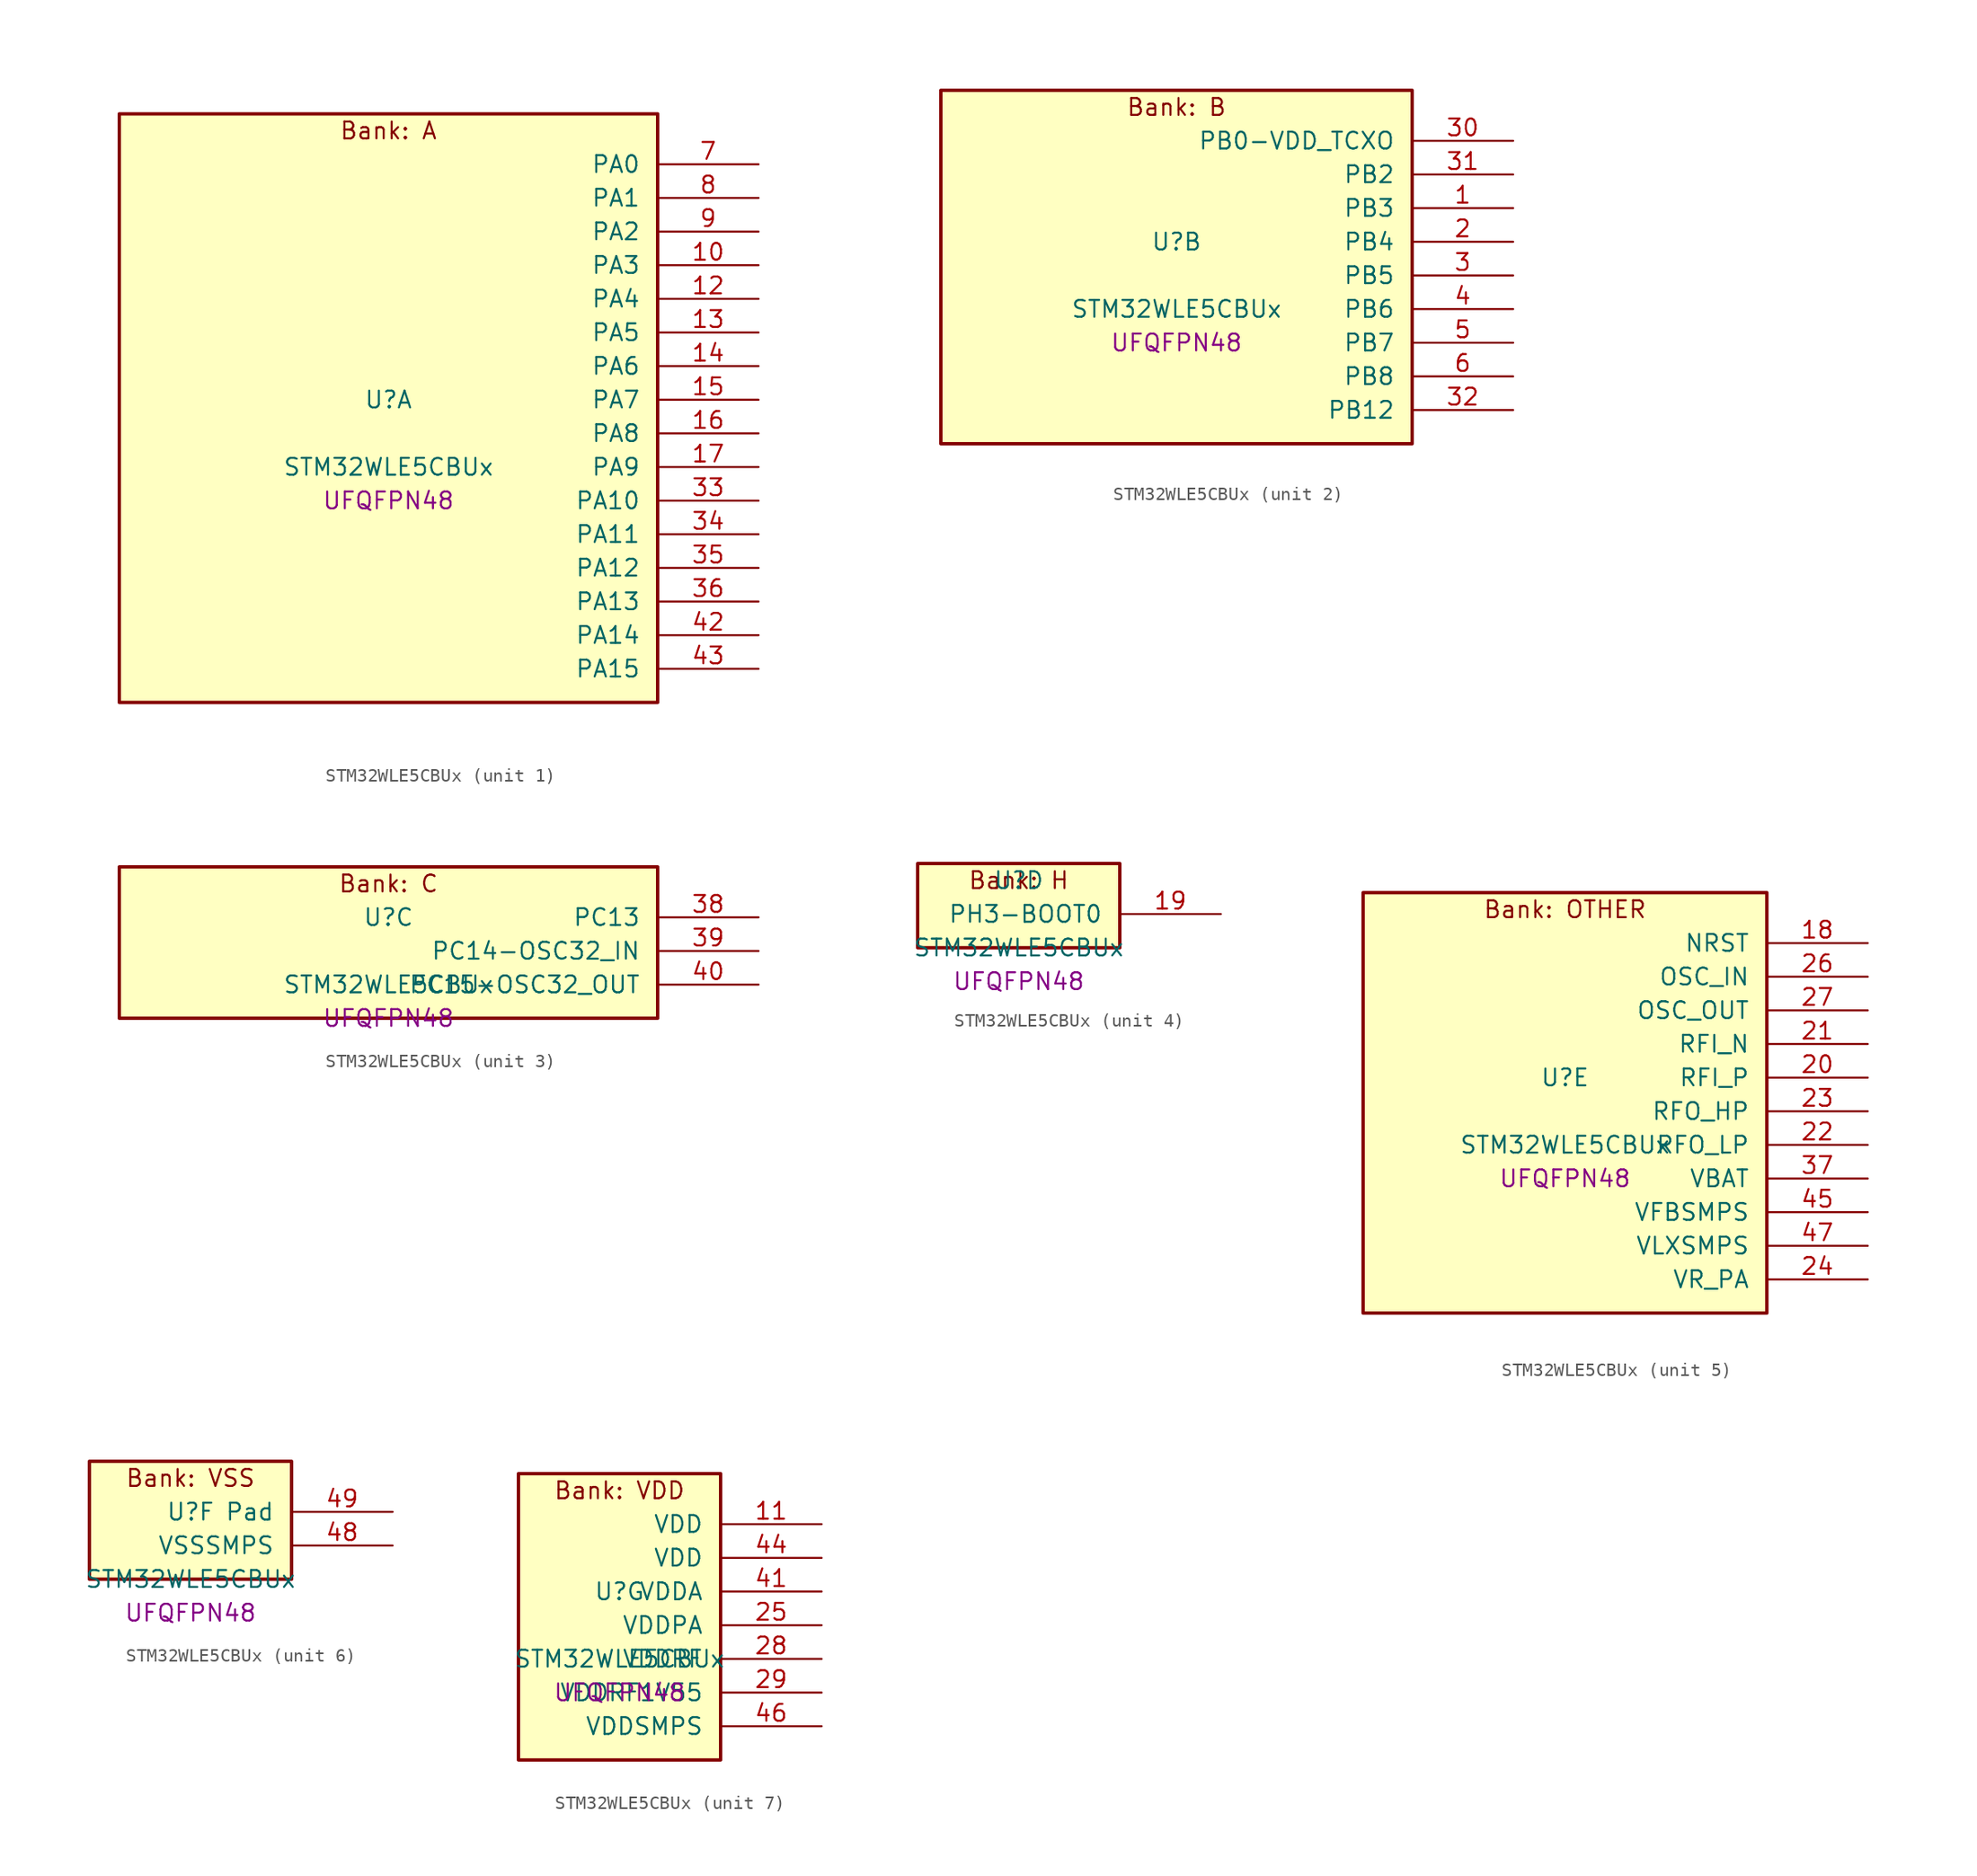
<source format=kicad_sym>
(kicad_symbol_lib
  (version 20241209)
  (generator "stm32_pkl_generator")
  (generator_version "1.0")
  (symbol "STM32WLE5CBUx"
    (pin_names
      (offset 1.27))
    (property "Reference" "U"
      (at 0 2.54 0))
    (property "Value" "STM32WLE5CBUx"
      (at 0 -2.54 0))
    (property "Footprint" "UFQFPN48"
      (at 0 -5.08 0))
    (symbol "STM32WLE5CBUx_1_1"
      (rectangle (start -20.32 24.13) (end 20.32 -20.32) (stroke (width 0.254) (type solid)) (fill (type background)))
      (text "Bank: A" (at 0 22.86 0))
      (pin bidirectional line (at 27.94 20.32 180) (length 7.62) (name "PA0") (number "7") (alternate "PA0/COMP1_OUT" bidirectional line) (alternate "PA0/DEBUG_PWR-REGLP1S" bidirectional line) (alternate "PA0/I2C3_SMBA" bidirectional line) (alternate "PA0/I2S_CKIN" bidirectional line) (alternate "PA0/PWR_WKUP1" bidirectional line) (alternate "PA0/RTC_TAMP_IN2" bidirectional line) (alternate "PA0/TIM2_CH1" bidirectional line) (alternate "PA0/TIM2_ETR" bidirectional line) (alternate "PA0/USART2_CTS" bidirectional line) (alternate "PA0/USART2_NSS" bidirectional line))
      (pin bidirectional line (at 27.94 17.78 180) (length 7.62) (name "PA1") (number "8") (alternate "PA1/DEBUG_PWR-REGLP2S" bidirectional line) (alternate "PA1/I2C1_SMBA" bidirectional line) (alternate "PA1/LPTIM3_OUT" bidirectional line) (alternate "PA1/LPUART1_RTS" bidirectional line) (alternate "PA1/SPI1_SCK" bidirectional line) (alternate "PA1/TIM2_CH2" bidirectional line) (alternate "PA1/USART2_DE" bidirectional line) (alternate "PA1/USART2_RTS" bidirectional line))
      (pin bidirectional line (at 27.94 15.24 180) (length 7.62) (name "PA2") (number "9") (alternate "PA2/COMP2_OUT" bidirectional line) (alternate "PA2/DEBUG_PWR-LDORDY" bidirectional line) (alternate "PA2/LPUART1_TX" bidirectional line) (alternate "PA2/RCC_LSCO" bidirectional line) (alternate "PA2/TIM2_CH3" bidirectional line) (alternate "PA2/USART2_TX" bidirectional line))
      (pin bidirectional line (at 27.94 12.7 180) (length 7.62) (name "PA3") (number "10") (alternate "PA3/I2S2_MCK" bidirectional line) (alternate "PA3/LPUART1_RX" bidirectional line) (alternate "PA3/TIM2_CH4" bidirectional line) (alternate "PA3/USART2_RX" bidirectional line))
      (pin bidirectional line (at 27.94 10.16 180) (length 7.62) (name "PA4") (number "12") (alternate "PA4/DEBUG_SUBGHZSPI-NSSOUT" bidirectional line) (alternate "PA4/LPTIM1_OUT" bidirectional line) (alternate "PA4/LPTIM2_OUT" bidirectional line) (alternate "PA4/RTC_OUT2" bidirectional line) (alternate "PA4/SPI1_NSS" bidirectional line) (alternate "PA4/USART2_CK" bidirectional line))
      (pin bidirectional line (at 27.94 7.62 180) (length 7.62) (name "PA5") (number "13") (alternate "PA5/DEBUG_SUBGHZSPI-SCKOUT" bidirectional line) (alternate "PA5/LPTIM2_ETR" bidirectional line) (alternate "PA5/SPI1_SCK" bidirectional line) (alternate "PA5/SPI2_MISO" bidirectional line) (alternate "PA5/TIM2_CH1" bidirectional line) (alternate "PA5/TIM2_ETR" bidirectional line))
      (pin bidirectional line (at 27.94 5.08 180) (length 7.62) (name "PA6") (number "14") (alternate "PA6/DEBUG_SUBGHZSPI-MISOOUT" bidirectional line) (alternate "PA6/I2C2_SMBA" bidirectional line) (alternate "PA6/LPUART1_CTS" bidirectional line) (alternate "PA6/SPI1_MISO" bidirectional line) (alternate "PA6/TIM16_CH1" bidirectional line) (alternate "PA6/TIM1_BKIN" bidirectional line))
      (pin bidirectional line (at 27.94 2.54 180) (length 7.62) (name "PA7") (number "15") (alternate "PA7/COMP2_OUT" bidirectional line) (alternate "PA7/DEBUG_SUBGHZSPI-MOSIOUT" bidirectional line) (alternate "PA7/I2C3_SCL" bidirectional line) (alternate "PA7/SPI1_MOSI" bidirectional line) (alternate "PA7/TIM17_CH1" bidirectional line) (alternate "PA7/TIM1_CH1N" bidirectional line))
      (pin bidirectional line (at 27.94 0 180) (length 7.62) (name "PA8") (number "16") (alternate "PA8/I2S2_CK" bidirectional line) (alternate "PA8/LPTIM2_OUT" bidirectional line) (alternate "PA8/RCC_MCO" bidirectional line) (alternate "PA8/SPI2_SCK" bidirectional line) (alternate "PA8/TIM1_CH1" bidirectional line) (alternate "PA8/USART1_CK" bidirectional line))
      (pin bidirectional line (at 27.94 -2.54 180) (length 7.62) (name "PA9") (number "17") (alternate "PA9/DAC_EXTI9" bidirectional line) (alternate "PA9/I2C1_SCL" bidirectional line) (alternate "PA9/I2S2_CK" bidirectional line) (alternate "PA9/I2S2_WS" bidirectional line) (alternate "PA9/SPI2_NSS" bidirectional line) (alternate "PA9/SPI2_SCK" bidirectional line) (alternate "PA9/TIM1_CH2" bidirectional line) (alternate "PA9/USART1_TX" bidirectional line))
      (pin bidirectional line (at 27.94 -5.08 180) (length 7.62) (name "PA10") (number "33") (alternate "PA10/ADC_IN6" bidirectional line) (alternate "PA10/COMP1_INM" bidirectional line) (alternate "PA10/COMP2_INM" bidirectional line) (alternate "PA10/DAC_OUT1" bidirectional line) (alternate "PA10/DEBUG_RF-HSE32RDY" bidirectional line) (alternate "PA10/I2C1_SDA" bidirectional line) (alternate "PA10/I2S2_SD" bidirectional line) (alternate "PA10/RTC_REFIN" bidirectional line) (alternate "PA10/SPI2_MOSI" bidirectional line) (alternate "PA10/TIM17_BKIN" bidirectional line) (alternate "PA10/TIM1_CH3" bidirectional line) (alternate "PA10/USART1_RX" bidirectional line))
      (pin bidirectional line (at 27.94 -7.62 180) (length 7.62) (name "PA11") (number "34") (alternate "PA11/ADC_EXTI11" bidirectional line) (alternate "PA11/ADC_IN7" bidirectional line) (alternate "PA11/COMP1_INM" bidirectional line) (alternate "PA11/COMP2_INM" bidirectional line) (alternate "PA11/DEBUG_RF-NRESET" bidirectional line) (alternate "PA11/I2C2_SDA" bidirectional line) (alternate "PA11/LPTIM3_ETR" bidirectional line) (alternate "PA11/SPI1_MISO" bidirectional line) (alternate "PA11/TIM1_BKIN2" bidirectional line) (alternate "PA11/TIM1_CH4" bidirectional line) (alternate "PA11/USART1_CTS" bidirectional line) (alternate "PA11/USART1_NSS" bidirectional line))
      (pin bidirectional line (at 27.94 -10.16 180) (length 7.62) (name "PA12") (number "35") (alternate "PA12/ADC_IN8" bidirectional line) (alternate "PA12/DEBUG_RF-BUSY" bidirectional line) (alternate "PA12/I2C2_SCL" bidirectional line) (alternate "PA12/LPTIM3_IN1" bidirectional line) (alternate "PA12/SPI1_MOSI" bidirectional line) (alternate "PA12/TIM1_ETR" bidirectional line) (alternate "PA12/USART1_DE" bidirectional line) (alternate "PA12/USART1_RTS" bidirectional line))
      (pin bidirectional line (at 27.94 -12.7 180) (length 7.62) (name "PA13") (number "36") (alternate "PA13/ADC_IN9" bidirectional line) (alternate "PA13/DEBUG_JTMS-SWDIO" bidirectional line) (alternate "PA13/I2C2_SMBA" bidirectional line) (alternate "PA13/IR_OUT" bidirectional line))
      (pin bidirectional line (at 27.94 -15.24 180) (length 7.62) (name "PA14") (number "42") (alternate "PA14/ADC_IN10" bidirectional line) (alternate "PA14/DEBUG_JTCK-SWCLK" bidirectional line) (alternate "PA14/I2C1_SMBA" bidirectional line) (alternate "PA14/LPTIM1_OUT" bidirectional line))
      (pin bidirectional line (at 27.94 -17.78 180) (length 7.62) (name "PA15") (number "43") (alternate "PA15/ADC_IN11" bidirectional line) (alternate "PA15/COMP1_INM" bidirectional line) (alternate "PA15/COMP2_INP" bidirectional line) (alternate "PA15/DEBUG_JTDI" bidirectional line) (alternate "PA15/I2C2_SDA" bidirectional line) (alternate "PA15/SPI1_NSS" bidirectional line) (alternate "PA15/TIM2_CH1" bidirectional line) (alternate "PA15/TIM2_ETR" bidirectional line)))
    (symbol "STM32WLE5CBUx_2_1"
      (rectangle (start -17.78 13.97) (end 17.78 -12.7) (stroke (width 0.254) (type solid)) (fill (type background)))
      (text "Bank: B" (at 0 12.7 0))
      (pin bidirectional line (at 25.4 10.16 180) (length 7.62) (name "PB0-VDD_TCXO") (number "30") (alternate "PB0-VDD_TCXO/COMP1_OUT" bidirectional line) (alternate "PB0-VDD_TCXO/VDDTCXO" bidirectional line))
      (pin bidirectional line (at 25.4 7.62 180) (length 7.62) (name "PB2") (number "31") (alternate "PB2/ADC_IN4" bidirectional line) (alternate "PB2/COMP1_INP" bidirectional line) (alternate "PB2/COMP2_INM" bidirectional line) (alternate "PB2/DEBUG_RF-SMPSRDY" bidirectional line) (alternate "PB2/I2C3_SMBA" bidirectional line) (alternate "PB2/LPTIM1_OUT" bidirectional line) (alternate "PB2/SPI1_NSS" bidirectional line))
      (pin bidirectional line (at 25.4 5.08 180) (length 7.62) (name "PB3") (number "1") (alternate "PB3/ADC_IN2" bidirectional line) (alternate "PB3/COMP1_INM" bidirectional line) (alternate "PB3/COMP2_INM" bidirectional line) (alternate "PB3/DEBUG_JTDO-SWO" bidirectional line) (alternate "PB3/DEBUG_RF-DTB1" bidirectional line) (alternate "PB3/PWR_WKUP3" bidirectional line) (alternate "PB3/RTC_TAMP_IN3" bidirectional line) (alternate "PB3/SPI1_SCK" bidirectional line) (alternate "PB3/TIM2_CH2" bidirectional line) (alternate "PB3/USART1_DE" bidirectional line) (alternate "PB3/USART1_RTS" bidirectional line))
      (pin bidirectional line (at 25.4 2.54 180) (length 7.62) (name "PB4") (number "2") (alternate "PB4/ADC_IN3" bidirectional line) (alternate "PB4/COMP1_INP" bidirectional line) (alternate "PB4/COMP2_INP" bidirectional line) (alternate "PB4/DEBUG_JTRST" bidirectional line) (alternate "PB4/DEBUG_RF-LDORDY" bidirectional line) (alternate "PB4/I2C3_SDA" bidirectional line) (alternate "PB4/SPI1_MISO" bidirectional line) (alternate "PB4/TIM17_BKIN" bidirectional line) (alternate "PB4/USART1_CTS" bidirectional line) (alternate "PB4/USART1_NSS" bidirectional line))
      (pin bidirectional line (at 25.4 0 180) (length 7.62) (name "PB5") (number "3") (alternate "PB5/COMP2_OUT" bidirectional line) (alternate "PB5/I2C1_SMBA" bidirectional line) (alternate "PB5/LPTIM1_IN1" bidirectional line) (alternate "PB5/SPI1_MOSI" bidirectional line) (alternate "PB5/TIM16_BKIN" bidirectional line) (alternate "PB5/USART1_CK" bidirectional line))
      (pin bidirectional line (at 25.4 -2.54 180) (length 7.62) (name "PB6") (number "4") (alternate "PB6/I2C1_SCL" bidirectional line) (alternate "PB6/LPTIM1_ETR" bidirectional line) (alternate "PB6/TIM16_CH1N" bidirectional line) (alternate "PB6/USART1_TX" bidirectional line))
      (pin bidirectional line (at 25.4 -5.08 180) (length 7.62) (name "PB7") (number "5") (alternate "PB7/I2C1_SDA" bidirectional line) (alternate "PB7/LPTIM1_IN2" bidirectional line) (alternate "PB7/PWR_PVD_IN" bidirectional line) (alternate "PB7/TIM17_CH1N" bidirectional line) (alternate "PB7/TIM1_BKIN" bidirectional line) (alternate "PB7/USART1_RX" bidirectional line))
      (pin bidirectional line (at 25.4 -7.62 180) (length 7.62) (name "PB8") (number "6") (alternate "PB8/I2C1_SCL" bidirectional line) (alternate "PB8/TIM16_CH1" bidirectional line) (alternate "PB8/TIM1_CH2N" bidirectional line))
      (pin bidirectional line (at 25.4 -10.16 180) (length 7.62) (name "PB12") (number "32") (alternate "PB12/I2C3_SMBA" bidirectional line) (alternate "PB12/I2S2_WS" bidirectional line) (alternate "PB12/LPUART1_RTS" bidirectional line) (alternate "PB12/SPI2_NSS" bidirectional line) (alternate "PB12/TIM1_BKIN" bidirectional line)))
    (symbol "STM32WLE5CBUx_3_1"
      (rectangle (start -20.32 6.35) (end 20.32 -5.08) (stroke (width 0.254) (type solid)) (fill (type background)))
      (text "Bank: C" (at 0 5.08 0))
      (pin bidirectional line (at 27.94 2.54 180) (length 7.62) (name "PC13") (number "38") (alternate "PC13/PWR_WKUP2" bidirectional line) (alternate "PC13/RTC_OUT1" bidirectional line) (alternate "PC13/RTC_TAMP_IN1" bidirectional line) (alternate "PC13/RTC_TS" bidirectional line))
      (pin bidirectional line (at 27.94 0 180) (length 7.62) (name "PC14-OSC32_IN") (number "39") (alternate "PC14-OSC32_IN/RCC_OSC32_IN" bidirectional line))
      (pin bidirectional line (at 27.94 -2.54 180) (length 7.62) (name "PC15-OSC32_OUT") (number "40") (alternate "PC15-OSC32_OUT/RCC_OSC32_OUT" bidirectional line)))
    (symbol "STM32WLE5CBUx_4_1"
      (rectangle (start -7.62 3.81) (end 7.62 -2.54) (stroke (width 0.254) (type solid)) (fill (type background)))
      (text "Bank: H" (at 0 2.54 0))
      (pin bidirectional line (at 15.24 0 180) (length 7.62) (name "PH3-BOOT0") (number "19")))
    (symbol "STM32WLE5CBUx_5_1"
      (rectangle (start -15.24 16.51) (end 15.24 -15.24) (stroke (width 0.254) (type solid)) (fill (type background)))
      (text "Bank: OTHER" (at 0 15.24 0))
      (pin input line (at 22.86 12.7 180) (length 7.62) (name "NRST") (number "18"))
      (pin bidirectional line (at 22.86 10.16 180) (length 7.62) (name "OSC_IN") (number "26") (alternate "OSC_IN/RCC_OSC_IN" bidirectional line))
      (pin bidirectional line (at 22.86 7.62 180) (length 7.62) (name "OSC_OUT") (number "27") (alternate "OSC_OUT/RCC_OSC_OUT" bidirectional line))
      (pin bidirectional line (at 22.86 5.08 180) (length 7.62) (name "RFI_N") (number "21"))
      (pin bidirectional line (at 22.86 2.54 180) (length 7.62) (name "RFI_P") (number "20"))
      (pin bidirectional line (at 22.86 0 180) (length 7.62) (name "RFO_HP") (number "23"))
      (pin bidirectional line (at 22.86 -2.54 180) (length 7.62) (name "RFO_LP") (number "22"))
      (pin power_in line (at 22.86 -5.08 180) (length 7.62) (name "VBAT") (number "37"))
      (pin power_in line (at 22.86 -7.62 180) (length 7.62) (name "VFBSMPS") (number "45"))
      (pin power_in line (at 22.86 -10.16 180) (length 7.62) (name "VLXSMPS") (number "47"))
      (pin power_in line (at 22.86 -12.7 180) (length 7.62) (name "VR_PA") (number "24")))
    (symbol "STM32WLE5CBUx_6_1"
      (rectangle (start -7.62 6.35) (end 7.62 -2.54) (stroke (width 0.254) (type solid)) (fill (type background)))
      (text "Bank: VSS" (at 0 5.08 0))
      (pin passive line (at 15.24 2.54 180) (length 7.62) (name "Pad") (number "49"))
      (pin power_in line (at 15.24 0 180) (length 7.62) (name "VSSSMPS") (number "48")))
    (symbol "STM32WLE5CBUx_7_1"
      (rectangle (start -7.62 11.43) (end 7.62 -10.16) (stroke (width 0.254) (type solid)) (fill (type background)))
      (text "Bank: VDD" (at 0 10.16 0))
      (pin power_in line (at 15.24 7.62 180) (length 7.62) (name "VDD") (number "11"))
      (pin power_in line (at 15.24 5.08 180) (length 7.62) (name "VDD") (number "44"))
      (pin power_in line (at 15.24 2.54 180) (length 7.62) (name "VDDA") (number "41"))
      (pin power_in line (at 15.24 0 180) (length 7.62) (name "VDDPA") (number "25"))
      (pin power_in line (at 15.24 -2.54 180) (length 7.62) (name "VDDRF") (number "28"))
      (pin power_in line (at 15.24 -5.08 180) (length 7.62) (name "VDDRF1V55") (number "29"))
      (pin power_in line (at 15.24 -7.62 180) (length 7.62) (name "VDDSMPS") (number "46")))))
</source>
